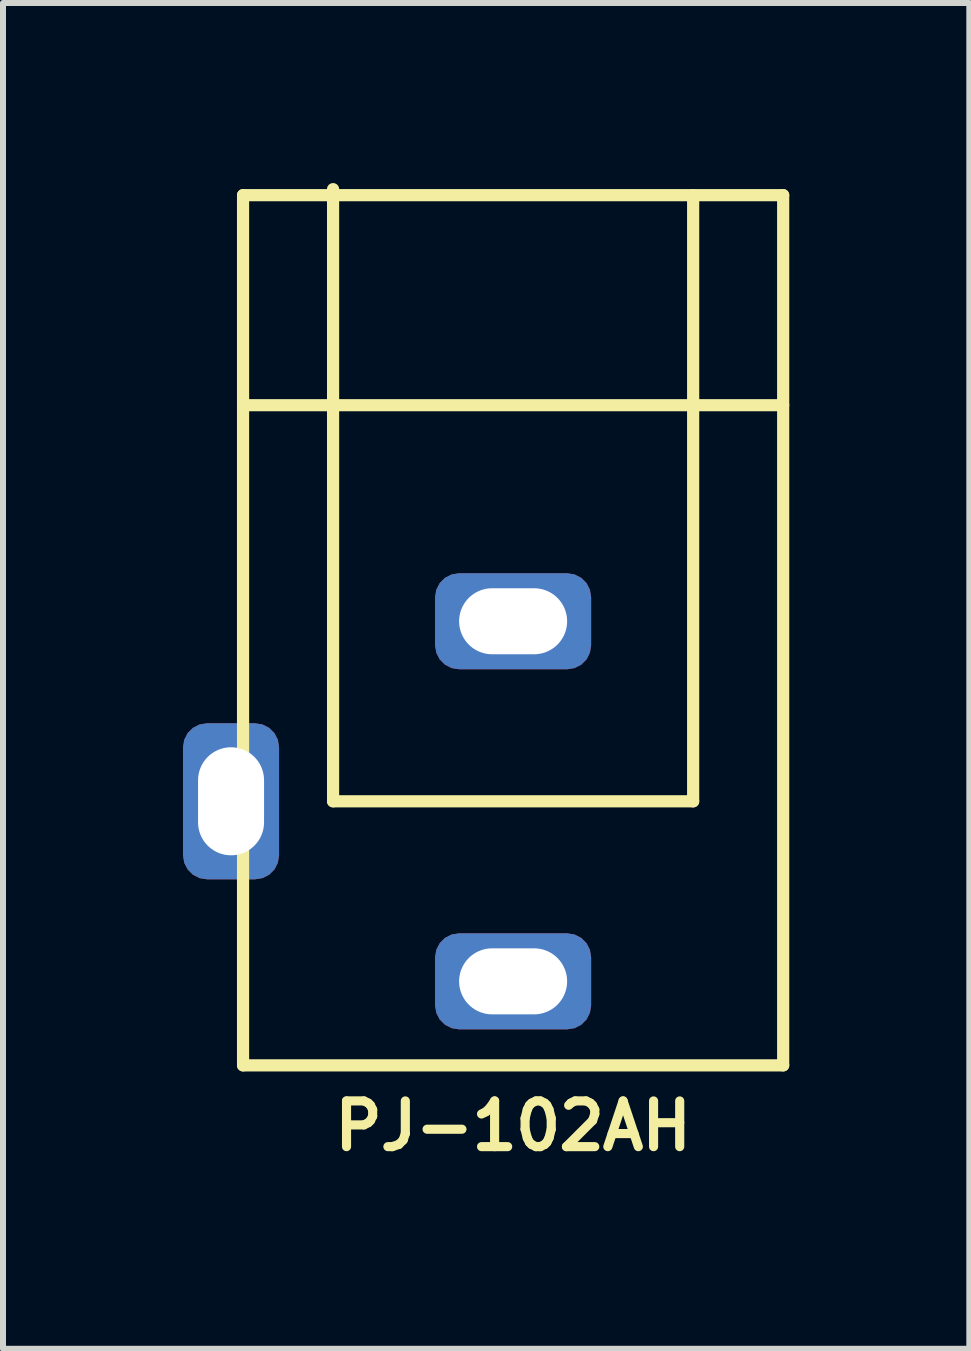
<source format=kicad_pcb>
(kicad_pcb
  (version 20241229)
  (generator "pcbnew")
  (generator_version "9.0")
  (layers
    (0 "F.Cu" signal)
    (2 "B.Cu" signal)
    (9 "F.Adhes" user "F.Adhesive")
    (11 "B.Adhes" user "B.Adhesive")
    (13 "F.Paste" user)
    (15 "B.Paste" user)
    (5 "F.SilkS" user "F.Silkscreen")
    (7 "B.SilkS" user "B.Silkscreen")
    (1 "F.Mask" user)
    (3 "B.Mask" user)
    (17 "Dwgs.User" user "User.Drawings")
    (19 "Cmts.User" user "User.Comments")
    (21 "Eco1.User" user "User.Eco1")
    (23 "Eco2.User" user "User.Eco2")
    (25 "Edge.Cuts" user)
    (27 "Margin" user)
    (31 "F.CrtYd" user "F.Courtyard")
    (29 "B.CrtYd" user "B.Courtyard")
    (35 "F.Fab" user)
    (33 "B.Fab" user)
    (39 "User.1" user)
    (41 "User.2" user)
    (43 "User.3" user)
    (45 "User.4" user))
  (footprint "PJ-102AH"
    (layer "F.Cu")
    (at 5.5 10.302)
    (property "Reference" "PJ-102AH" (at 0 5.41 0) (layer "F.SilkS") (effects (font (size 0.762 0.762) (thickness 0.152))))
    (attr through_hole)
    (fp_line (start -4.5 -10.1) (end -4.5 4.4) (stroke (width 0.203) (type solid)) (layer "F.SilkS"))
    (fp_line (start -4.5 -6.6) (end 4.5 -6.6) (stroke (width 0.203) (type solid)) (layer "F.SilkS"))
    (fp_line (start -4.5 4.4) (end 4.5 4.4) (stroke (width 0.203) (type solid)) (layer "F.SilkS"))
    (fp_line (start -3 0) (end -3 -10.2) (stroke (width 0.203) (type solid)) (layer "F.SilkS"))
    (fp_line (start 3 -10.1) (end 3 0) (stroke (width 0.203) (type solid)) (layer "F.SilkS"))
    (fp_line (start 3 0) (end -3 0) (stroke (width 0.203) (type solid)) (layer "F.SilkS"))
    (fp_line (start 4.5 -10.1) (end -4.5 -10.1) (stroke (width 0.203) (type solid)) (layer "F.SilkS"))
    (fp_line (start 4.5 4.4) (end 4.5 -10.1) (stroke (width 0.203) (type solid)) (layer "F.SilkS"))
    (pad "1" thru_hole roundrect (at 0 3) (size 2.6 1.6) (drill oval 1.8 1.1) (layers "*.Cu" "*.Mask") (roundrect_rratio 0.25))
    (pad "2" thru_hole roundrect (at 0 -3) (size 2.6 1.6) (drill oval 1.8 1.1) (layers "*.Cu" "*.Mask") (roundrect_rratio 0.25))
    (pad "3" thru_hole roundrect (at -4.7 0) (size 1.6 2.6) (drill oval 1.1 1.8) (layers "*.Cu" "*.Mask") (roundrect_rratio 0.25)))
  (gr_rect
    (start -3 -3)
    (end 13.102 19.425)
    (stroke (width 0.1) (type default))
    (fill no)
    (layer "Edge.Cuts")))
</source>
